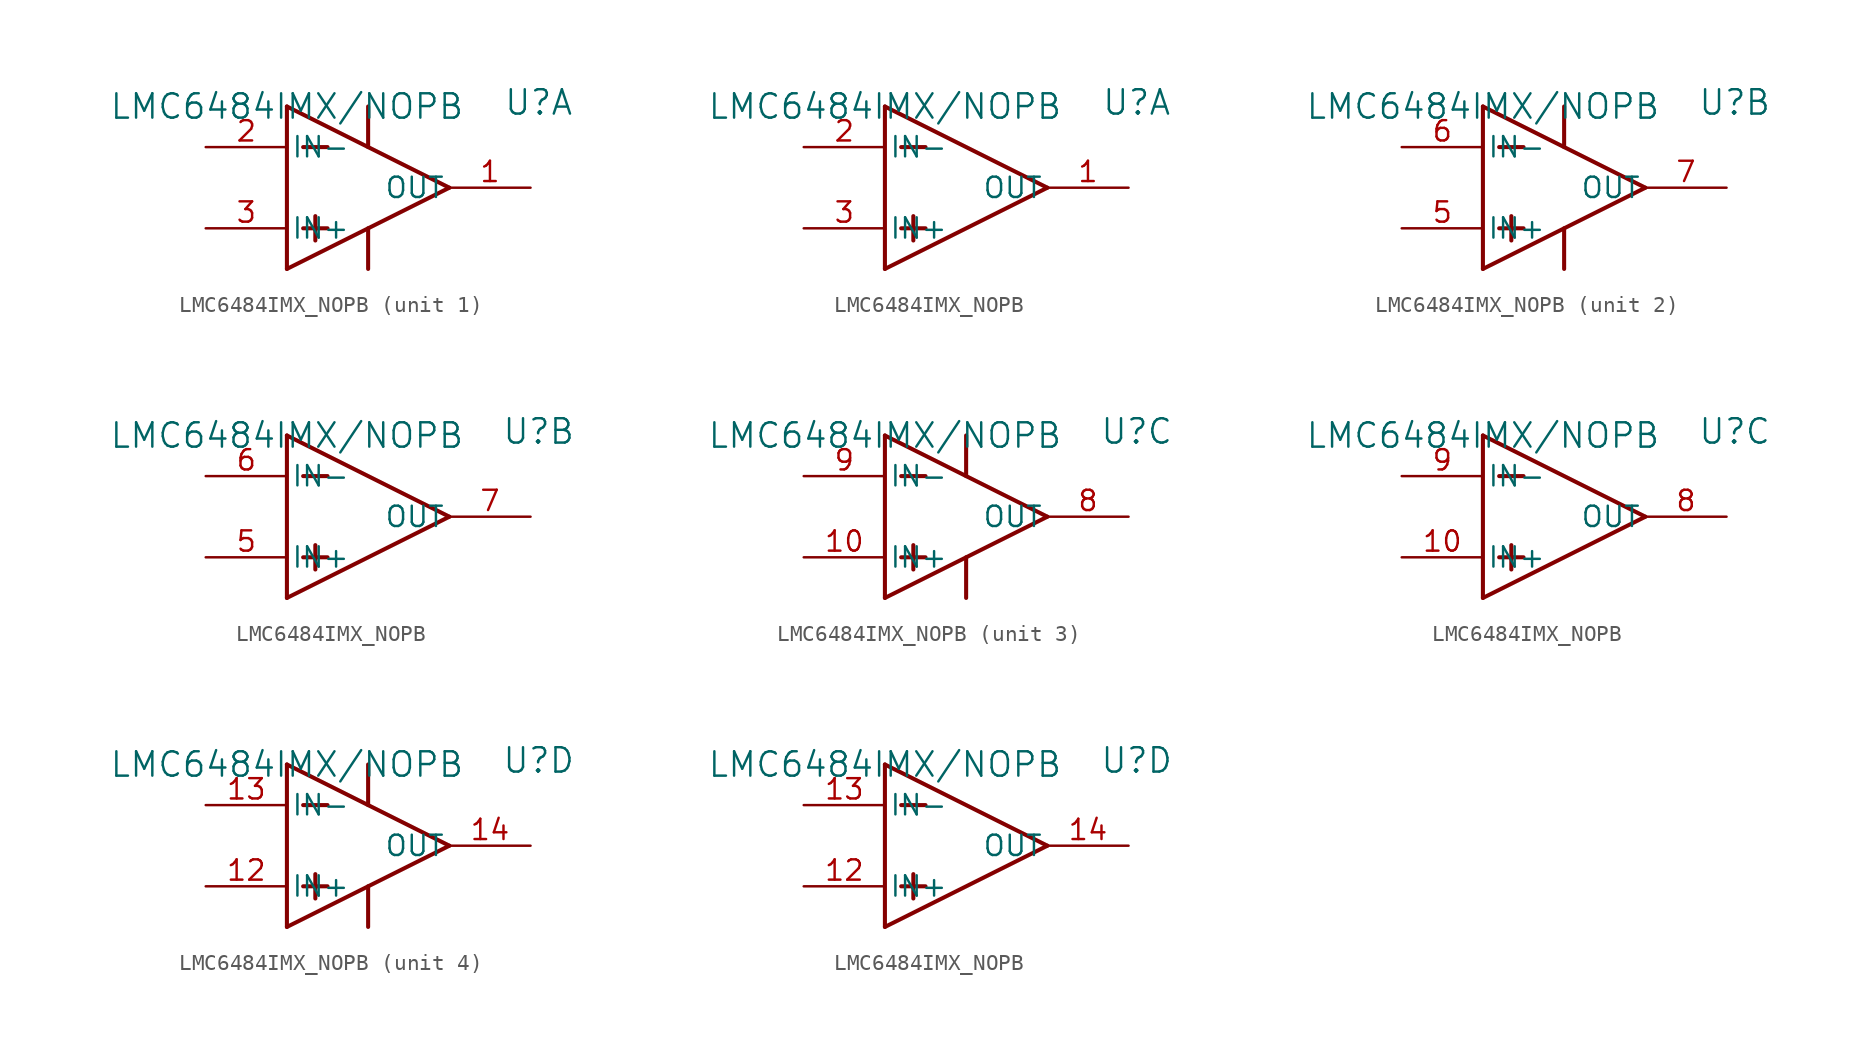
<source format=kicad_sym>
(kicad_symbol_lib
  (version 20211014)
  (generator kicad_symbol_editor)
  (symbol "LMC6484IMX_NOPB"
    (pin_names
      (offset 0.254))
    (property "Reference" "U"
      (at 15.748 0.254 0)
      (effects (font (size 1.524 1.524))))
    (property "Value" "LMC6484IMX/NOPB"
      (at 0 0 0)
      (effects (font (size 1.524 1.524))))
    (symbol "LMC6484IMX_NOPB_1_1"
      (polyline (pts (xy 0 0) (xy 10.16 -5.08)) (stroke (width 0.254) (type default) (color 0 0 0 0)) (fill (type none)))
      (polyline (pts (xy 0 -10.16) (xy 10.16 -5.08)) (stroke (width 0.254) (type default) (color 0 0 0 0)) (fill (type none)))
      (polyline (pts (xy 0 0) (xy 0 -10.16)) (stroke (width 0.254) (type default) (color 0 0 0 0)) (fill (type none)))
      (polyline (pts (xy 1.016 -2.54) (xy 2.54 -2.54)) (stroke (width 0.254) (type default) (color 0 0 0 0)) (fill (type none)))
      (polyline (pts (xy 1.016 -7.62) (xy 2.54 -7.62)) (stroke (width 0.254) (type default) (color 0 0 0 0)) (fill (type none)))
      (polyline (pts (xy 1.778 -6.858) (xy 1.778 -8.382)) (stroke (width 0.254) (type default) (color 0 0 0 0)) (fill (type none)))
      (polyline (pts (xy 5.08 0) (xy 5.08 -2.54)) (stroke (width 0.254) (type default) (color 0 0 0 0)) (fill (type none)))
      (polyline (pts (xy 5.08 -7.62) (xy 5.08 -10.16)) (stroke (width 0.254) (type default) (color 0 0 0 0)) (fill (type none)))
      (pin input line (at -5.08 -2.54 0) (length 5.08) (name "IN-" (effects (font (size 1.27 1.27)))) (number "2" (effects (font (size 1.27 1.27)))))
      (pin input line (at -5.08 -7.62 0) (length 5.08) (name "IN+" (effects (font (size 1.27 1.27)))) (number "3" (effects (font (size 1.27 1.27)))))
      (pin output line (at 15.24 -5.08 180) (length 5.08) (name "OUT" (effects (font (size 1.27 1.27)))) (number "1" (effects (font (size 1.27 1.27))))))
    (symbol "LMC6484IMX_NOPB_1_2"
      (polyline (pts (xy 0 0) (xy 10.16 -5.08)) (stroke (width 0.254) (type default) (color 0 0 0 0)) (fill (type none)))
      (polyline (pts (xy 0 -10.16) (xy 10.16 -5.08)) (stroke (width 0.254) (type default) (color 0 0 0 0)) (fill (type none)))
      (polyline (pts (xy 0 0) (xy 0 -10.16)) (stroke (width 0.254) (type default) (color 0 0 0 0)) (fill (type none)))
      (polyline (pts (xy 1.016 -2.54) (xy 2.54 -2.54)) (stroke (width 0.254) (type default) (color 0 0 0 0)) (fill (type none)))
      (polyline (pts (xy 1.016 -7.62) (xy 2.54 -7.62)) (stroke (width 0.254) (type default) (color 0 0 0 0)) (fill (type none)))
      (polyline (pts (xy 1.778 -6.858) (xy 1.778 -8.382)) (stroke (width 0.254) (type default) (color 0 0 0 0)) (fill (type none)))
      (pin input line (at -5.08 -2.54 0) (length 5.08) (name "IN-" (effects (font (size 1.27 1.27)))) (number "2" (effects (font (size 1.27 1.27)))))
      (pin input line (at -5.08 -7.62 0) (length 5.08) (name "IN+" (effects (font (size 1.27 1.27)))) (number "3" (effects (font (size 1.27 1.27)))))
      (pin output line (at 15.24 -5.08 180) (length 5.08) (name "OUT" (effects (font (size 1.27 1.27)))) (number "1" (effects (font (size 1.27 1.27))))))
    (symbol "LMC6484IMX_NOPB_2_1"
      (polyline (pts (xy 0 0) (xy 10.16 -5.08)) (stroke (width 0.254) (type default) (color 0 0 0 0)) (fill (type none)))
      (polyline (pts (xy 0 -10.16) (xy 10.16 -5.08)) (stroke (width 0.254) (type default) (color 0 0 0 0)) (fill (type none)))
      (polyline (pts (xy 0 0) (xy 0 -10.16)) (stroke (width 0.254) (type default) (color 0 0 0 0)) (fill (type none)))
      (polyline (pts (xy 1.016 -2.54) (xy 2.54 -2.54)) (stroke (width 0.254) (type default) (color 0 0 0 0)) (fill (type none)))
      (polyline (pts (xy 1.016 -7.62) (xy 2.54 -7.62)) (stroke (width 0.254) (type default) (color 0 0 0 0)) (fill (type none)))
      (polyline (pts (xy 1.778 -6.858) (xy 1.778 -8.382)) (stroke (width 0.254) (type default) (color 0 0 0 0)) (fill (type none)))
      (polyline (pts (xy 5.08 0) (xy 5.08 -2.54)) (stroke (width 0.254) (type default) (color 0 0 0 0)) (fill (type none)))
      (polyline (pts (xy 5.08 -7.62) (xy 5.08 -10.16)) (stroke (width 0.254) (type default) (color 0 0 0 0)) (fill (type none)))
      (pin input line (at -5.08 -7.62 0) (length 5.08) (name "IN+" (effects (font (size 1.27 1.27)))) (number "5" (effects (font (size 1.27 1.27)))))
      (pin input line (at -5.08 -2.54 0) (length 5.08) (name "IN-" (effects (font (size 1.27 1.27)))) (number "6" (effects (font (size 1.27 1.27)))))
      (pin output line (at 15.24 -5.08 180) (length 5.08) (name "OUT" (effects (font (size 1.27 1.27)))) (number "7" (effects (font (size 1.27 1.27))))))
    (symbol "LMC6484IMX_NOPB_2_2"
      (polyline (pts (xy 0 0) (xy 10.16 -5.08)) (stroke (width 0.254) (type default) (color 0 0 0 0)) (fill (type none)))
      (polyline (pts (xy 0 -10.16) (xy 10.16 -5.08)) (stroke (width 0.254) (type default) (color 0 0 0 0)) (fill (type none)))
      (polyline (pts (xy 0 0) (xy 0 -10.16)) (stroke (width 0.254) (type default) (color 0 0 0 0)) (fill (type none)))
      (polyline (pts (xy 1.016 -2.54) (xy 2.54 -2.54)) (stroke (width 0.254) (type default) (color 0 0 0 0)) (fill (type none)))
      (polyline (pts (xy 1.016 -7.62) (xy 2.54 -7.62)) (stroke (width 0.254) (type default) (color 0 0 0 0)) (fill (type none)))
      (polyline (pts (xy 1.778 -6.858) (xy 1.778 -8.382)) (stroke (width 0.254) (type default) (color 0 0 0 0)) (fill (type none)))
      (pin input line (at -5.08 -7.62 0) (length 5.08) (name "IN+" (effects (font (size 1.27 1.27)))) (number "5" (effects (font (size 1.27 1.27)))))
      (pin input line (at -5.08 -2.54 0) (length 5.08) (name "IN-" (effects (font (size 1.27 1.27)))) (number "6" (effects (font (size 1.27 1.27)))))
      (pin output line (at 15.24 -5.08 180) (length 5.08) (name "OUT" (effects (font (size 1.27 1.27)))) (number "7" (effects (font (size 1.27 1.27))))))
    (symbol "LMC6484IMX_NOPB_3_1"
      (polyline (pts (xy 0 0) (xy 10.16 -5.08)) (stroke (width 0.254) (type default) (color 0 0 0 0)) (fill (type none)))
      (polyline (pts (xy 0 -10.16) (xy 10.16 -5.08)) (stroke (width 0.254) (type default) (color 0 0 0 0)) (fill (type none)))
      (polyline (pts (xy 0 0) (xy 0 -10.16)) (stroke (width 0.254) (type default) (color 0 0 0 0)) (fill (type none)))
      (polyline (pts (xy 1.016 -2.54) (xy 2.54 -2.54)) (stroke (width 0.254) (type default) (color 0 0 0 0)) (fill (type none)))
      (polyline (pts (xy 1.016 -7.62) (xy 2.54 -7.62)) (stroke (width 0.254) (type default) (color 0 0 0 0)) (fill (type none)))
      (polyline (pts (xy 1.778 -6.858) (xy 1.778 -8.382)) (stroke (width 0.254) (type default) (color 0 0 0 0)) (fill (type none)))
      (polyline (pts (xy 5.08 0) (xy 5.08 -2.54)) (stroke (width 0.254) (type default) (color 0 0 0 0)) (fill (type none)))
      (polyline (pts (xy 5.08 -7.62) (xy 5.08 -10.16)) (stroke (width 0.254) (type default) (color 0 0 0 0)) (fill (type none)))
      (pin output line (at 15.24 -5.08 180) (length 5.08) (name "OUT" (effects (font (size 1.27 1.27)))) (number "8" (effects (font (size 1.27 1.27)))))
      (pin input line (at -5.08 -7.62 0) (length 5.08) (name "IN+" (effects (font (size 1.27 1.27)))) (number "10" (effects (font (size 1.27 1.27)))))
      (pin input line (at -5.08 -2.54 0) (length 5.08) (name "IN-" (effects (font (size 1.27 1.27)))) (number "9" (effects (font (size 1.27 1.27))))))
    (symbol "LMC6484IMX_NOPB_3_2"
      (polyline (pts (xy 0 0) (xy 10.16 -5.08)) (stroke (width 0.254) (type default) (color 0 0 0 0)) (fill (type none)))
      (polyline (pts (xy 0 -10.16) (xy 10.16 -5.08)) (stroke (width 0.254) (type default) (color 0 0 0 0)) (fill (type none)))
      (polyline (pts (xy 0 0) (xy 0 -10.16)) (stroke (width 0.254) (type default) (color 0 0 0 0)) (fill (type none)))
      (polyline (pts (xy 1.016 -2.54) (xy 2.54 -2.54)) (stroke (width 0.254) (type default) (color 0 0 0 0)) (fill (type none)))
      (polyline (pts (xy 1.016 -7.62) (xy 2.54 -7.62)) (stroke (width 0.254) (type default) (color 0 0 0 0)) (fill (type none)))
      (polyline (pts (xy 1.778 -6.858) (xy 1.778 -8.382)) (stroke (width 0.254) (type default) (color 0 0 0 0)) (fill (type none)))
      (pin output line (at 15.24 -5.08 180) (length 5.08) (name "OUT" (effects (font (size 1.27 1.27)))) (number "8" (effects (font (size 1.27 1.27)))))
      (pin input line (at -5.08 -7.62 0) (length 5.08) (name "IN+" (effects (font (size 1.27 1.27)))) (number "10" (effects (font (size 1.27 1.27)))))
      (pin input line (at -5.08 -2.54 0) (length 5.08) (name "IN-" (effects (font (size 1.27 1.27)))) (number "9" (effects (font (size 1.27 1.27))))))
    (symbol "LMC6484IMX_NOPB_4_1"
      (polyline (pts (xy 0 0) (xy 10.16 -5.08)) (stroke (width 0.254) (type default) (color 0 0 0 0)) (fill (type none)))
      (polyline (pts (xy 0 -10.16) (xy 10.16 -5.08)) (stroke (width 0.254) (type default) (color 0 0 0 0)) (fill (type none)))
      (polyline (pts (xy 0 0) (xy 0 -10.16)) (stroke (width 0.254) (type default) (color 0 0 0 0)) (fill (type none)))
      (polyline (pts (xy 1.016 -2.54) (xy 2.54 -2.54)) (stroke (width 0.254) (type default) (color 0 0 0 0)) (fill (type none)))
      (polyline (pts (xy 1.016 -7.62) (xy 2.54 -7.62)) (stroke (width 0.254) (type default) (color 0 0 0 0)) (fill (type none)))
      (polyline (pts (xy 1.778 -6.858) (xy 1.778 -8.382)) (stroke (width 0.254) (type default) (color 0 0 0 0)) (fill (type none)))
      (polyline (pts (xy 5.08 0) (xy 5.08 -2.54)) (stroke (width 0.254) (type default) (color 0 0 0 0)) (fill (type none)))
      (polyline (pts (xy 5.08 -7.62) (xy 5.08 -10.16)) (stroke (width 0.254) (type default) (color 0 0 0 0)) (fill (type none)))
      (pin output line (at 15.24 -5.08 180) (length 5.08) (name "OUT" (effects (font (size 1.27 1.27)))) (number "14" (effects (font (size 1.27 1.27)))))
      (pin input line (at -5.08 -7.62 0) (length 5.08) (name "IN+" (effects (font (size 1.27 1.27)))) (number "12" (effects (font (size 1.27 1.27)))))
      (pin input line (at -5.08 -2.54 0) (length 5.08) (name "IN-" (effects (font (size 1.27 1.27)))) (number "13" (effects (font (size 1.27 1.27))))))
    (symbol "LMC6484IMX_NOPB_4_2"
      (polyline (pts (xy 0 0) (xy 10.16 -5.08)) (stroke (width 0.254) (type default) (color 0 0 0 0)) (fill (type none)))
      (polyline (pts (xy 0 -10.16) (xy 10.16 -5.08)) (stroke (width 0.254) (type default) (color 0 0 0 0)) (fill (type none)))
      (polyline (pts (xy 0 0) (xy 0 -10.16)) (stroke (width 0.254) (type default) (color 0 0 0 0)) (fill (type none)))
      (polyline (pts (xy 1.016 -2.54) (xy 2.54 -2.54)) (stroke (width 0.254) (type default) (color 0 0 0 0)) (fill (type none)))
      (polyline (pts (xy 1.016 -7.62) (xy 2.54 -7.62)) (stroke (width 0.254) (type default) (color 0 0 0 0)) (fill (type none)))
      (polyline (pts (xy 1.778 -6.858) (xy 1.778 -8.382)) (stroke (width 0.254) (type default) (color 0 0 0 0)) (fill (type none)))
      (pin output line (at 15.24 -5.08 180) (length 5.08) (name "OUT" (effects (font (size 1.27 1.27)))) (number "14" (effects (font (size 1.27 1.27)))))
      (pin input line (at -5.08 -7.62 0) (length 5.08) (name "IN+" (effects (font (size 1.27 1.27)))) (number "12" (effects (font (size 1.27 1.27)))))
      (pin input line (at -5.08 -2.54 0) (length 5.08) (name "IN-" (effects (font (size 1.27 1.27)))) (number "13" (effects (font (size 1.27 1.27))))))))
</source>
